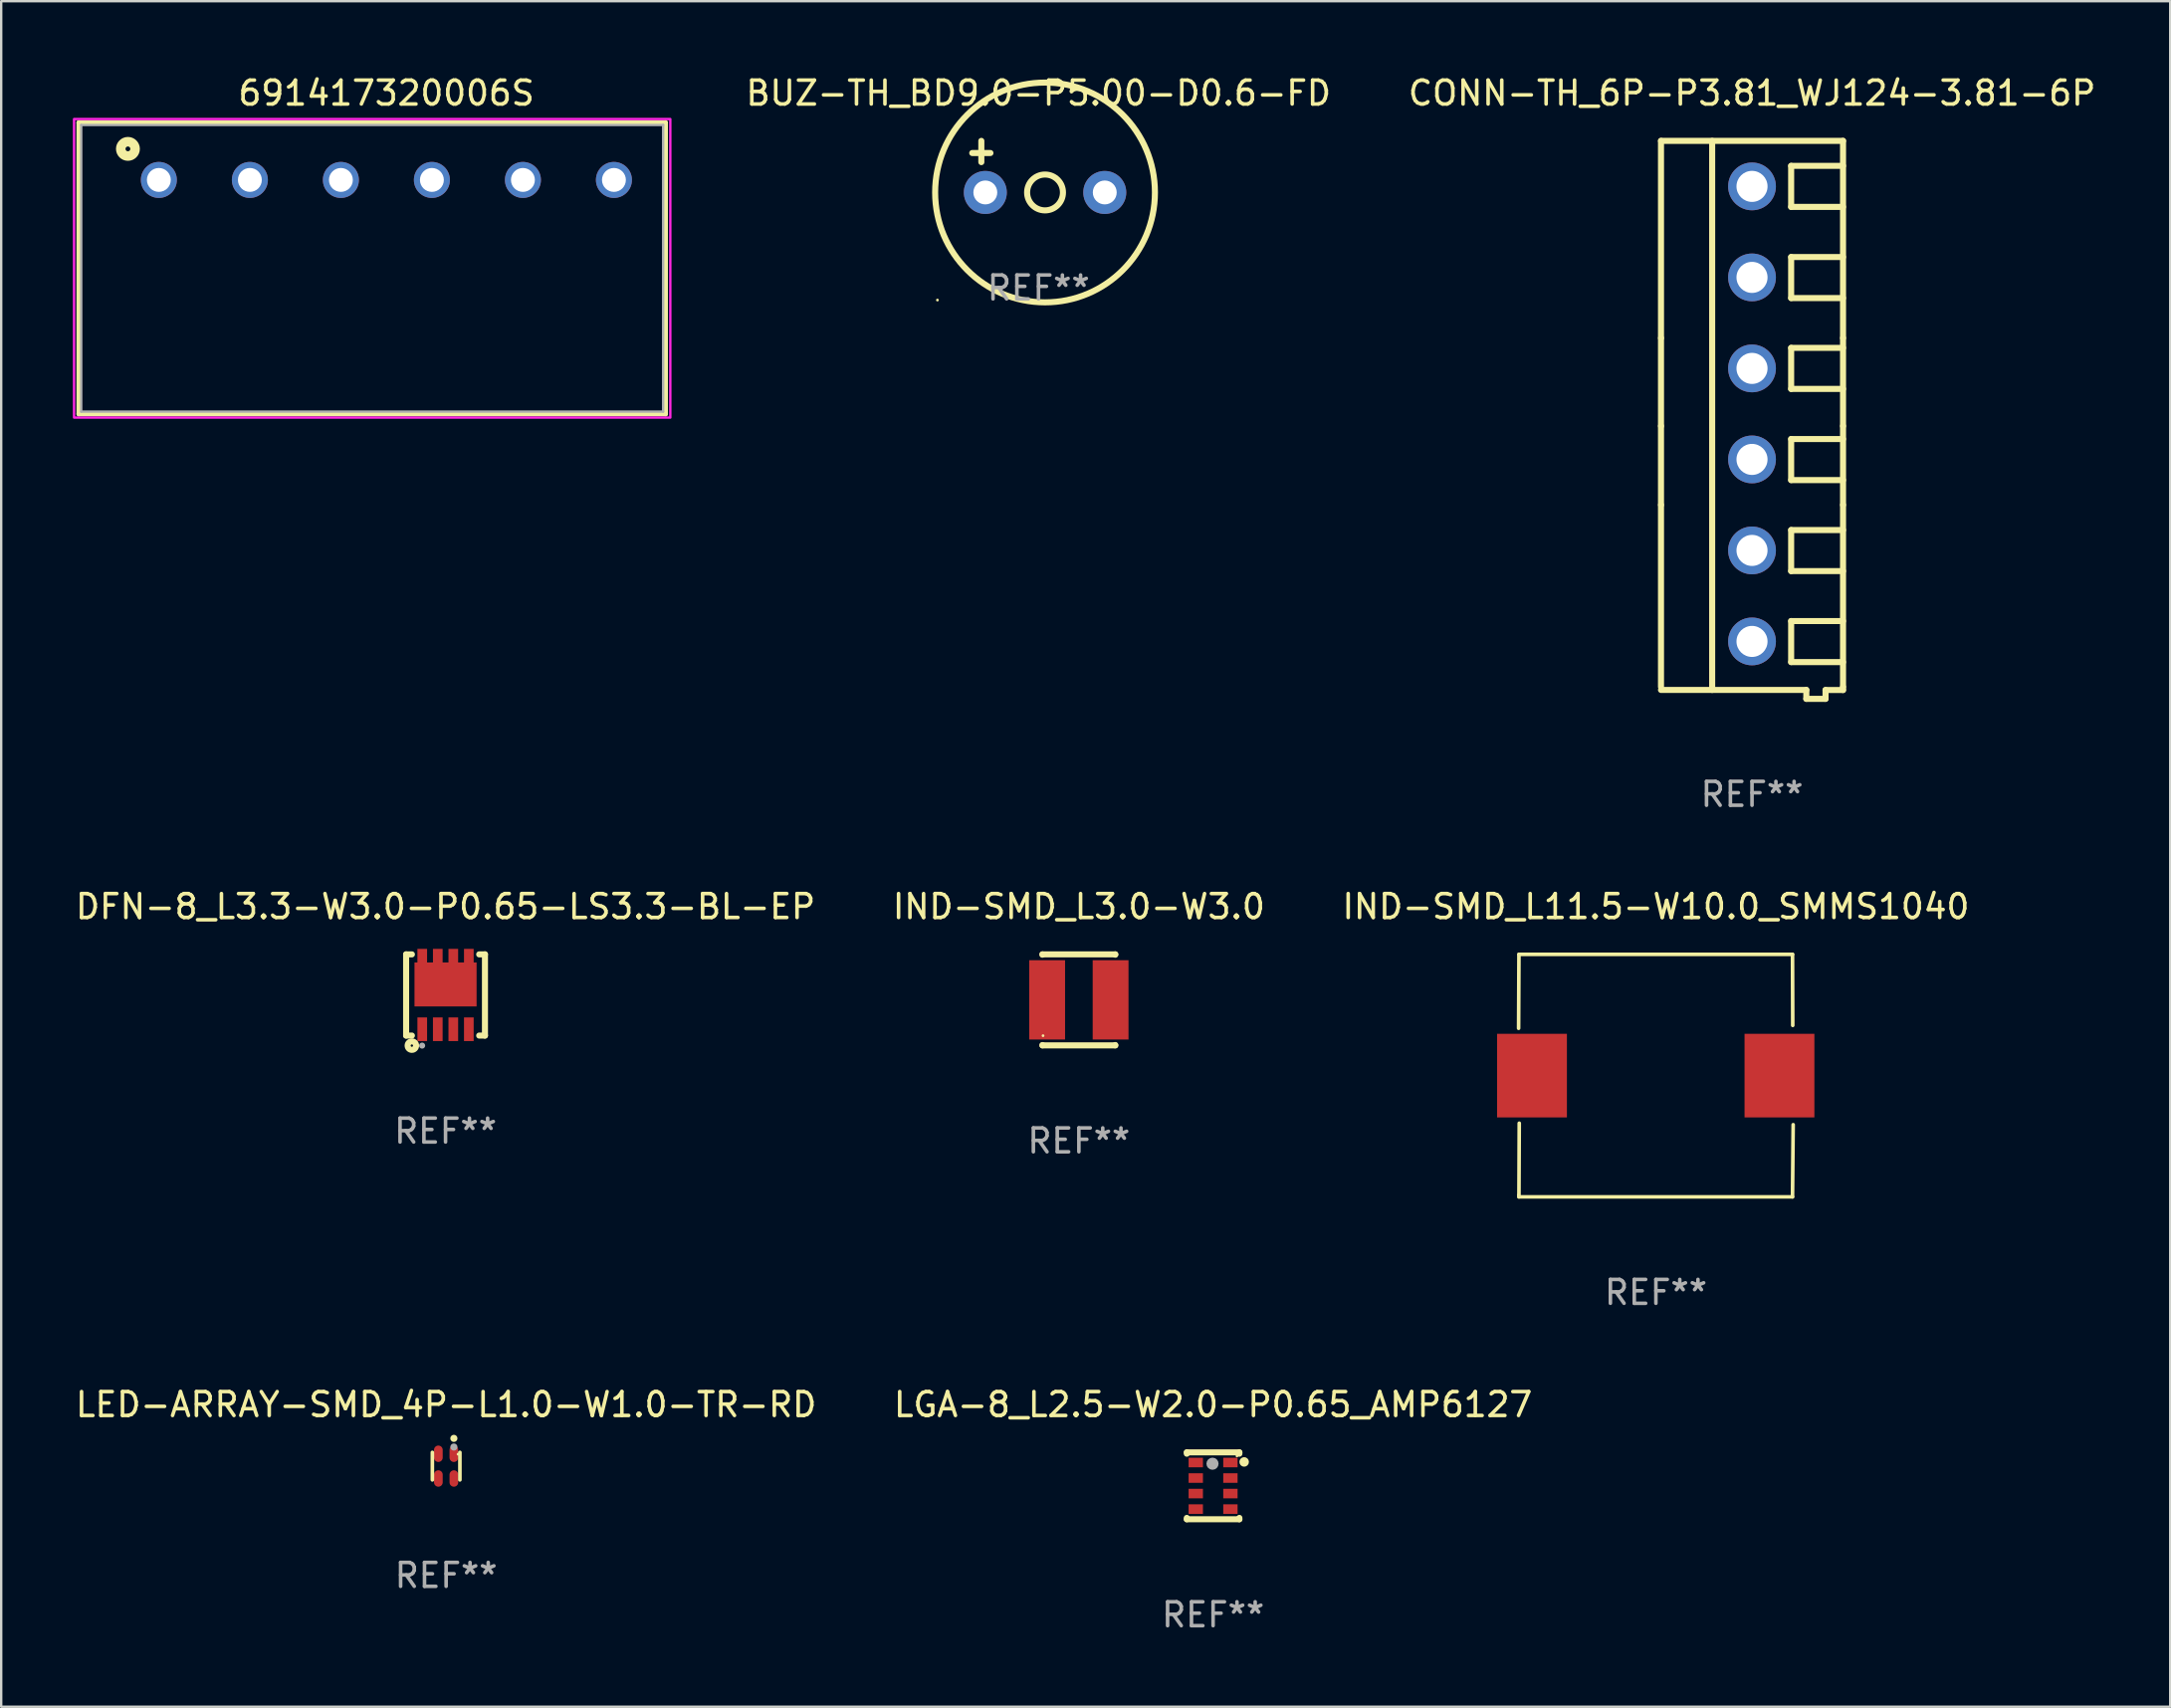
<source format=kicad_pcb>
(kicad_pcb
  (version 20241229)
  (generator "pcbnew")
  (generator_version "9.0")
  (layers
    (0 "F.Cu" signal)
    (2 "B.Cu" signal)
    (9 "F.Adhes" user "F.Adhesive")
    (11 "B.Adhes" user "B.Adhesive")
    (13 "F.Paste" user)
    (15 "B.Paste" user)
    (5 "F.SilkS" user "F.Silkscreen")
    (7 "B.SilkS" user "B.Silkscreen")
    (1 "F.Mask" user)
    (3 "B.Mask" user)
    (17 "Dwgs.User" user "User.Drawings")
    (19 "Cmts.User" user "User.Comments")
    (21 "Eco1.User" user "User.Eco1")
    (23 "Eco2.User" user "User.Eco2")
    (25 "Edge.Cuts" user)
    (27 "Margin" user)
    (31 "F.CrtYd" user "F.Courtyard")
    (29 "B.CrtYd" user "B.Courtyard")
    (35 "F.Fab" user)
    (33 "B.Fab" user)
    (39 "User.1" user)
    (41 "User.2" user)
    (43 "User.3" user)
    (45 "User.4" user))
  (footprint "IND-SMD_L3.0-W3.0"
    (layer "F.Cu")
    (at 42.113 38.809)
    (property "Reference" "IND-SMD_L3.0-W3.0" (at 0 -3.905 0) (layer "F.SilkS") (effects (font (size 1 1) (thickness 0.15))))
    (attr through_hole)
    (fp_line (start -1.524 -1.905) (end 1.524 -1.905) (stroke (width 0.254) (type solid)) (layer "F.SilkS"))
    (fp_line (start -1.524 -1.891) (end -1.524 -1.905) (stroke (width 0.254) (type solid)) (layer "F.SilkS"))
    (fp_line (start -1.524 1.905) (end -1.524 1.891) (stroke (width 0.254) (type solid)) (layer "F.SilkS"))
    (fp_line (start -1.524 1.905) (end 1.524 1.905) (stroke (width 0.254) (type solid)) (layer "F.SilkS"))
    (fp_line (start 1.524 -1.905) (end 1.524 -1.891) (stroke (width 0.254) (type solid)) (layer "F.SilkS"))
    (fp_line (start 1.524 1.891) (end 1.524 1.905) (stroke (width 0.254) (type solid)) (layer "F.SilkS"))
    (fp_circle (center -1.5 1.5) (end -1.47 1.5) (stroke (width 0.06) (type solid)) (fill no) (layer "F.SilkS"))
    (fp_text user "REF**" (at 0 5.905 0) (layer "F.Fab") (effects (font (size 1 1) (thickness 0.15))))
    (pad "1" smd rect (at 1.328 0) (size 1.5 3.32) (layers "F.Cu" "F.Mask" "F.Paste"))
    (pad "2" smd rect (at -1.328 0) (size 1.5 3.32) (layers "F.Cu" "F.Mask" "F.Paste")))
  (footprint "IND-SMD_L11.5-W10.0_SMMS1040"
    (layer "F.Cu")
    (at 66.261 41.98)
    (property "Reference" "IND-SMD_L11.5-W10.0_SMMS1040" (at 0.007 -7.076 0) (layer "F.SilkS") (effects (font (size 1 1) (thickness 0.15))))
    (attr through_hole)
    (fp_line (start -5.726 -5.076) (end -5.74 -1.981) (stroke (width 0.152) (type solid)) (layer "F.SilkS"))
    (fp_line (start -5.726 5.076) (end -5.713 1.993) (stroke (width 0.152) (type solid)) (layer "F.SilkS"))
    (fp_line (start 5.726 -5.076) (end -5.726 -5.076) (stroke (width 0.152) (type solid)) (layer "F.SilkS"))
    (fp_line (start 5.726 5.076) (end -5.726 5.076) (stroke (width 0.152) (type solid)) (layer "F.SilkS"))
    (fp_line (start 5.736 -2.102) (end 5.726 -5.076) (stroke (width 0.152) (type solid)) (layer "F.SilkS"))
    (fp_line (start 5.754 2.055) (end 5.726 5.076) (stroke (width 0.152) (type solid)) (layer "F.SilkS"))
    (fp_circle (center -5.75 5) (end -5.72 5) (stroke (width 0.06) (type solid)) (fill no) (layer "F.SilkS"))
    (fp_text user "REF**" (at 0.007 9.076 0) (layer "F.Fab") (effects (font (size 1 1) (thickness 0.15))))
    (pad "1" smd rect (at -5.18 0 180) (size 2.924 3.5) (layers "F.Cu" "F.Mask" "F.Paste"))
    (pad "2" smd rect (at 5.18 0 180) (size 2.924 3.5) (layers "F.Cu" "F.Mask" "F.Paste")))
  (footprint "691417320006S"
    (layer "F.Cu")
    (at 13.125 4.483)
    (property "Reference" "691417320006S" (at 0 -3.635 0) (layer "F.SilkS") (effects (font (size 1 1) (thickness 0.15))))
    (attr through_hole)
    (fp_line (start -12.875 -2.4) (end 11.685 -2.4) (stroke (width 0.2) (type solid)) (layer "F.SilkS"))
    (fp_line (start -12.875 9.8) (end -12.875 -2.4) (stroke (width 0.2) (type solid)) (layer "F.SilkS"))
    (fp_line (start 11.685 -2.4) (end 11.685 9.8) (stroke (width 0.2) (type solid)) (layer "F.SilkS"))
    (fp_line (start 11.685 9.8) (end -12.875 9.8) (stroke (width 0.2) (type solid)) (layer "F.SilkS"))
    (fp_circle (center -10.82 -1.3) (end -10.72 -1.3) (stroke (width 0.4) (type solid)) (fill no) (layer "F.SilkS"))
    (fp_poly (pts (xy -13.075 -2.55) (xy 11.885 -2.55) (xy 11.885 9.95) (xy -13.075 9.95)) (stroke (width 0.1) (type solid)) (fill no) (layer "F.CrtYd"))
    (fp_line (start -12.775 -2.3) (end 11.585 -2.3) (stroke (width 0.1) (type solid)) (layer "F.Fab"))
    (fp_line (start -12.775 9.7) (end -12.775 -2.3) (stroke (width 0.1) (type solid)) (layer "F.Fab"))
    (fp_line (start 11.585 -2.3) (end 11.585 9.7) (stroke (width 0.1) (type solid)) (layer "F.Fab"))
    (fp_line (start 11.585 9.7) (end -12.775 9.7) (stroke (width 0.1) (type solid)) (layer "F.Fab"))
    (pad "1" thru_hole circle (at -9.525 0) (size 1.508 1.508) (drill 1) (layers "*.Cu" "*.Mask"))
    (pad "2" thru_hole circle (at -5.715 0) (size 1.508 1.508) (drill 1) (layers "*.Cu" "*.Mask"))
    (pad "3" thru_hole circle (at -1.905 0) (size 1.508 1.508) (drill 1) (layers "*.Cu" "*.Mask"))
    (pad "4" thru_hole circle (at 1.905 0) (size 1.508 1.508) (drill 1) (layers "*.Cu" "*.Mask"))
    (pad "5" thru_hole circle (at 5.715 0) (size 1.508 1.508) (drill 1) (layers "*.Cu" "*.Mask"))
    (pad "6" thru_hole circle (at 9.525 0) (size 1.508 1.508) (drill 1) (layers "*.Cu" "*.Mask")))
  (footprint "DFN-8_L3.3-W3.0-P0.65-LS3.3-BL-EP"
    (layer "F.Cu")
    (at 15.601 38.604)
    (property "Reference" "DFN-8_L3.3-W3.0-P0.65-LS3.3-BL-EP" (at 0 -3.7 0) (layer "F.SilkS") (effects (font (size 1 1) (thickness 0.15))))
    (attr through_hole)
    (fp_line (start -1.65 -1.7) (end -1.65 1.7) (stroke (width 0.254) (type solid)) (layer "F.SilkS"))
    (fp_line (start -1.65 -1.7) (end -1.409 -1.7) (stroke (width 0.254) (type solid)) (layer "F.SilkS"))
    (fp_line (start -1.65 1.7) (end -1.409 1.7) (stroke (width 0.254) (type solid)) (layer "F.SilkS"))
    (fp_line (start 1.409 -1.7) (end 1.65 -1.7) (stroke (width 0.254) (type solid)) (layer "F.SilkS"))
    (fp_line (start 1.409 1.7) (end 1.65 1.7) (stroke (width 0.254) (type solid)) (layer "F.SilkS"))
    (fp_line (start 1.65 1.7) (end 1.65 -1.7) (stroke (width 0.254) (type solid)) (layer "F.SilkS"))
    (fp_circle (center -1.65 1.65) (end -1.62 1.65) (stroke (width 0.06) (type solid)) (fill no) (layer "F.SilkS"))
    (fp_circle (center -1.41 2.12) (end -1.36 2.12) (stroke (width 0.254) (type solid)) (fill no) (layer "F.SilkS"))
    (fp_circle (center -0.98 2.12) (end -0.916 2.12) (stroke (width 0.127) (type solid)) (fill no) (layer "F.Fab"))
    (fp_text user "REF**" (at 0 5.7 0) (layer "F.Fab") (effects (font (size 1 1) (thickness 0.15))))
    (pad "1" smd rect (at -0.975 1.435 90) (size 0.99 0.405) (layers "F.Cu" "F.Mask" "F.Paste"))
    (pad "2" smd rect (at -0.325 1.435 90) (size 0.99 0.405) (layers "F.Cu" "F.Mask" "F.Paste"))
    (pad "3" smd rect (at 0.325 1.435 90) (size 0.99 0.405) (layers "F.Cu" "F.Mask" "F.Paste"))
    (pad "4" smd rect (at 0.975 1.435 90) (size 0.99 0.405) (layers "F.Cu" "F.Mask" "F.Paste"))
    (pad "5" smd rect (at 0.975 -1.435 90) (size 0.99 0.405) (layers "F.Cu" "F.Mask" "F.Paste"))
    (pad "6" smd rect (at 0.325 -1.435 90) (size 0.99 0.405) (layers "F.Cu" "F.Mask" "F.Paste"))
    (pad "7" smd rect (at -0.325 -1.435 90) (size 0.99 0.405) (layers "F.Cu" "F.Mask" "F.Paste"))
    (pad "8" smd rect (at -0.975 -1.435 90) (size 0.99 0.405) (layers "F.Cu" "F.Mask" "F.Paste"))
    (pad "9" smd rect (at 0.000127 -0.44 90) (size 1.84 2.6) (layers "F.Cu" "F.Mask" "F.Paste")))
  (footprint "CONN-TH_6P-P3.81_WJ124-3.81-6P"
    (layer "F.Cu")
    (at 70.292 14.278)
    (property "Reference" "CONN-TH_6P-P3.81_WJ124-3.81-6P" (at 0.000038 -13.43 0) (layer "F.SilkS") (effects (font (size 1 1) (thickness 0.15))))
    (attr through_hole)
    (fp_line (start -3.81 -11.43) (end 3.81 -11.43) (stroke (width 0.254) (type solid)) (layer "F.SilkS"))
    (fp_line (start -3.81 -3.175) (end -3.81 -11.43) (stroke (width 0.254) (type solid)) (layer "F.SilkS"))
    (fp_line (start -3.81 0.508) (end -3.81 -3.175) (stroke (width 0.254) (type solid)) (layer "F.SilkS"))
    (fp_line (start -3.81 3.81) (end -3.81 0.508) (stroke (width 0.254) (type solid)) (layer "F.SilkS"))
    (fp_line (start -3.81 11.43) (end -3.81 3.81) (stroke (width 0.254) (type solid)) (layer "F.SilkS"))
    (fp_line (start -1.668 -11.43) (end -1.668 11.556) (stroke (width 0.254) (type solid)) (layer "F.SilkS"))
    (fp_line (start 1.638 -10.384) (end 1.638 -8.666) (stroke (width 0.254) (type solid)) (layer "F.SilkS"))
    (fp_line (start 1.638 -8.666) (end 3.81 -8.666) (stroke (width 0.254) (type solid)) (layer "F.SilkS"))
    (fp_line (start 1.638 -2.764) (end 1.638 -1.046) (stroke (width 0.254) (type solid)) (layer "F.SilkS"))
    (fp_line (start 1.638 -1.046) (end 3.81 -1.046) (stroke (width 0.254) (type solid)) (layer "F.SilkS"))
    (fp_line (start 1.638 -6.568) (end 1.638 -4.85) (stroke (width 0.254) (type solid)) (layer "F.SilkS"))
    (fp_line (start 1.638 -4.85) (end 3.81 -4.85) (stroke (width 0.254) (type solid)) (layer "F.SilkS"))
    (fp_line (start 1.638 1.052) (end 1.638 2.77) (stroke (width 0.254) (type solid)) (layer "F.SilkS"))
    (fp_line (start 1.638 2.77) (end 3.81 2.77) (stroke (width 0.254) (type solid)) (layer "F.SilkS"))
    (fp_line (start 1.638 4.862) (end 1.638 6.58) (stroke (width 0.254) (type solid)) (layer "F.SilkS"))
    (fp_line (start 1.638 6.58) (end 3.81 6.58) (stroke (width 0.254) (type solid)) (layer "F.SilkS"))
    (fp_line (start 1.638 8.672) (end 1.638 10.39) (stroke (width 0.254) (type solid)) (layer "F.SilkS"))
    (fp_line (start 1.638 10.39) (end 3.81 10.39) (stroke (width 0.254) (type solid)) (layer "F.SilkS"))
    (fp_line (start 2.273 11.556) (end -3.81 11.556) (stroke (width 0.254) (type solid)) (layer "F.SilkS"))
    (fp_line (start 2.273 11.929) (end 2.273 11.556) (stroke (width 0.254) (type solid)) (layer "F.SilkS"))
    (fp_line (start 3.078 11.559) (end 3.078 11.929) (stroke (width 0.254) (type solid)) (layer "F.SilkS"))
    (fp_line (start 3.078 11.929) (end 2.273 11.929) (stroke (width 0.254) (type solid)) (layer "F.SilkS"))
    (fp_line (start 3.81 -11.43) (end 3.81 -3.175) (stroke (width 0.254) (type solid)) (layer "F.SilkS"))
    (fp_line (start 3.81 -10.384) (end 1.638 -10.384) (stroke (width 0.254) (type solid)) (layer "F.SilkS"))
    (fp_line (start 3.81 -3.175) (end 3.81 0.508) (stroke (width 0.254) (type solid)) (layer "F.SilkS"))
    (fp_line (start 3.81 -2.764) (end 1.638 -2.764) (stroke (width 0.254) (type solid)) (layer "F.SilkS"))
    (fp_line (start 3.81 0.508) (end 3.81 3.81) (stroke (width 0.254) (type solid)) (layer "F.SilkS"))
    (fp_line (start 3.81 3.81) (end 3.81 11.43) (stroke (width 0.254) (type solid)) (layer "F.SilkS"))
    (fp_line (start 3.81 11.43) (end 3.81 11.559) (stroke (width 0.254) (type solid)) (layer "F.SilkS"))
    (fp_line (start 3.81 11.559) (end 3.078 11.559) (stroke (width 0.254) (type solid)) (layer "F.SilkS"))
    (fp_line (start 3.81 -6.568) (end 1.638 -6.568) (stroke (width 0.254) (type solid)) (layer "F.SilkS"))
    (fp_line (start 3.81 1.052) (end 1.638 1.052) (stroke (width 0.254) (type solid)) (layer "F.SilkS"))
    (fp_line (start 3.81 4.862) (end 1.638 4.862) (stroke (width 0.254) (type solid)) (layer "F.SilkS"))
    (fp_line (start 3.81 8.672) (end 1.638 8.672) (stroke (width 0.254) (type solid)) (layer "F.SilkS"))
    (fp_circle (center -3.7 -11.43) (end -3.67 -11.43) (stroke (width 0.06) (type solid)) (fill no) (layer "F.SilkS"))
    (fp_text user "REF**" (at 0.000038 15.929 0) (layer "F.Fab") (effects (font (size 1 1) (thickness 0.15))))
    (pad "1" thru_hole circle (at 0 -9.525) (size 2 2) (drill 1.3) (layers "*.Cu" "*.Mask"))
    (pad "2" thru_hole circle (at 0 -5.715) (size 2 2) (drill 1.3) (layers "*.Cu" "*.Mask"))
    (pad "3" thru_hole circle (at 0 -1.905) (size 2 2) (drill 1.3) (layers "*.Cu" "*.Mask"))
    (pad "4" thru_hole circle (at 0 1.905) (size 2 2) (drill 1.3) (layers "*.Cu" "*.Mask"))
    (pad "5" thru_hole circle (at 0 5.715) (size 2 2) (drill 1.3) (layers "*.Cu" "*.Mask"))
    (pad "6" thru_hole circle (at 0 9.525) (size 2 2) (drill 1.3) (layers "*.Cu" "*.Mask")))
  (footprint "LED-ARRAY-SMD_4P-L1.0-W1.0-TR-RD"
    (layer "F.Cu")
    (at 15.625 58.329)
    (property "Reference" "LED-ARRAY-SMD_4P-L1.0-W1.0-TR-RD" (at 0.000254 -2.576 0) (layer "F.SilkS") (effects (font (size 1 1) (thickness 0.15))))
    (attr through_hole)
    (fp_line (start -0.576 -0.576) (end -0.576 0.576) (stroke (width 0.152) (type solid)) (layer "F.SilkS"))
    (fp_line (start 0.577 -0.576) (end 0.577 0.576) (stroke (width 0.152) (type solid)) (layer "F.SilkS"))
    (fp_circle (center 0.325 -1.162) (end 0.4 -1.162) (stroke (width 0.15) (type solid)) (fill no) (layer "F.SilkS"))
    (fp_circle (center 0.5 -0.5) (end 0.53 -0.5) (stroke (width 0.06) (type solid)) (fill no) (layer "F.SilkS"))
    (fp_circle (center 0.325 -0.8) (end 0.4 -0.8) (stroke (width 0.15) (type solid)) (fill no) (layer "F.Fab"))
    (fp_text user "REF**" (at 0.000254 4.576 0) (layer "F.Fab") (effects (font (size 1 1) (thickness 0.15))))
    (pad "1" smd oval (at 0.325 -0.518 180) (size 0.364 0.687) (layers "F.Cu" "F.Mask" "F.Paste"))
    (pad "2" smd oval (at 0.325 0.518 180) (size 0.364 0.687) (layers "F.Cu" "F.Mask" "F.Paste"))
    (pad "3" smd oval (at -0.325 0.518 180) (size 0.364 0.687) (layers "F.Cu" "F.Mask" "F.Paste"))
    (pad "4" smd oval (at -0.325 -0.518 180) (size 0.364 0.687) (layers "F.Cu" "F.Mask" "F.Paste")))
  (footprint "BUZ-TH_BD9.0-P5.00-D0.6-FD"
    (layer "F.Cu")
    (at 40.697 5.007)
    (property "Reference" "BUZ-TH_BD9.0-P5.00-D0.6-FD" (at -0.274 -4.159 0) (layer "F.SilkS") (effects (font (size 1 1) (thickness 0.15))))
    (attr through_hole)
    (fp_line (start -3.048 -1.651) (end -2.286 -1.651) (stroke (width 0.254) (type solid)) (layer "F.SilkS"))
    (fp_line (start -2.667 -2.159) (end -2.667 -1.27) (stroke (width 0.254) (type solid)) (layer "F.SilkS"))
    (fp_circle (center -4.505 4.505) (end -4.475 4.505) (stroke (width 0.06) (type solid)) (fill no) (layer "F.SilkS"))
    (fp_circle (center -0.000381 0) (end 0.75 0) (stroke (width 0.254) (type solid)) (fill no) (layer "F.SilkS"))
    (fp_circle (center -0.000381 0) (end 4.6 0) (stroke (width 0.254) (type solid)) (fill no) (layer "F.SilkS"))
    (fp_text user "REF**" (at -0.274 4 0) (layer "F.Fab") (effects (font (size 1 1) (thickness 0.15))))
    (pad "1" thru_hole circle (at -2.5 0) (size 1.8 1.8) (drill 1) (layers "*.Cu" "*.Mask"))
    (pad "2" thru_hole circle (at 2.5 0) (size 1.8 1.8) (drill 1) (layers "*.Cu" "*.Mask")))
  (footprint "LGA-8_L2.5-W2.0-P0.65_AMP6127"
    (layer "F.Cu")
    (at 47.732 59.153)
    (property "Reference" "LGA-8_L2.5-W2.0-P0.65_AMP6127" (at 0 -3.4 0) (layer "F.SilkS") (effects (font (size 1 1) (thickness 0.15))))
    (attr through_hole)
    (fp_line (start -1.1 -1.4) (end -1.1 -1.344) (stroke (width 0.254) (type solid)) (layer "F.SilkS"))
    (fp_line (start -1.1 -1.4) (end 1.1 -1.4) (stroke (width 0.254) (type solid)) (layer "F.SilkS"))
    (fp_line (start -1.1 1.344) (end -1.1 1.4) (stroke (width 0.254) (type solid)) (layer "F.SilkS"))
    (fp_line (start -1.1 1.4) (end 1.1 1.4) (stroke (width 0.254) (type solid)) (layer "F.SilkS"))
    (fp_line (start 1.1 -1.4) (end 1.1 -1.344) (stroke (width 0.254) (type solid)) (layer "F.SilkS"))
    (fp_line (start 1.1 1.344) (end 1.1 1.4) (stroke (width 0.254) (type solid)) (layer "F.SilkS"))
    (fp_circle (center 1 -1.25) (end 1.03 -1.25) (stroke (width 0.06) (type solid)) (fill no) (layer "F.SilkS"))
    (fp_circle (center 1.3 -1) (end 1.4 -1) (stroke (width 0.2) (type solid)) (fill no) (layer "F.SilkS"))
    (fp_circle (center -0.025 -0.925) (end 0.102 -0.925) (stroke (width 0.254) (type solid)) (fill no) (layer "F.Fab"))
    (fp_text user "REF**" (at 0 5.4 0) (layer "F.Fab") (effects (font (size 1 1) (thickness 0.15))))
    (pad "1" smd rect (at 0.725 -0.975) (size 0.6 0.4) (layers "F.Cu" "F.Mask" "F.Paste"))
    (pad "2" smd rect (at 0.725 -0.325) (size 0.6 0.4) (layers "F.Cu" "F.Mask" "F.Paste"))
    (pad "3" smd rect (at 0.725 0.325) (size 0.6 0.4) (layers "F.Cu" "F.Mask" "F.Paste"))
    (pad "4" smd rect (at 0.725 0.975) (size 0.6 0.4) (layers "F.Cu" "F.Mask" "F.Paste"))
    (pad "5" smd rect (at -0.725 0.975) (size 0.6 0.4) (layers "F.Cu" "F.Mask" "F.Paste"))
    (pad "6" smd rect (at -0.725 0.325) (size 0.6 0.4) (layers "F.Cu" "F.Mask" "F.Paste"))
    (pad "7" smd rect (at -0.725 -0.325) (size 0.6 0.4) (layers "F.Cu" "F.Mask" "F.Paste"))
    (pad "8" smd rect (at -0.725 -0.975) (size 0.6 0.4) (layers "F.Cu" "F.Mask" "F.Paste")))
  (gr_rect
    (start -3 -3)
    (end 87.798 68.401)
    (stroke (width 0.1) (type default))
    (fill no)
    (layer "Edge.Cuts")))
</source>
